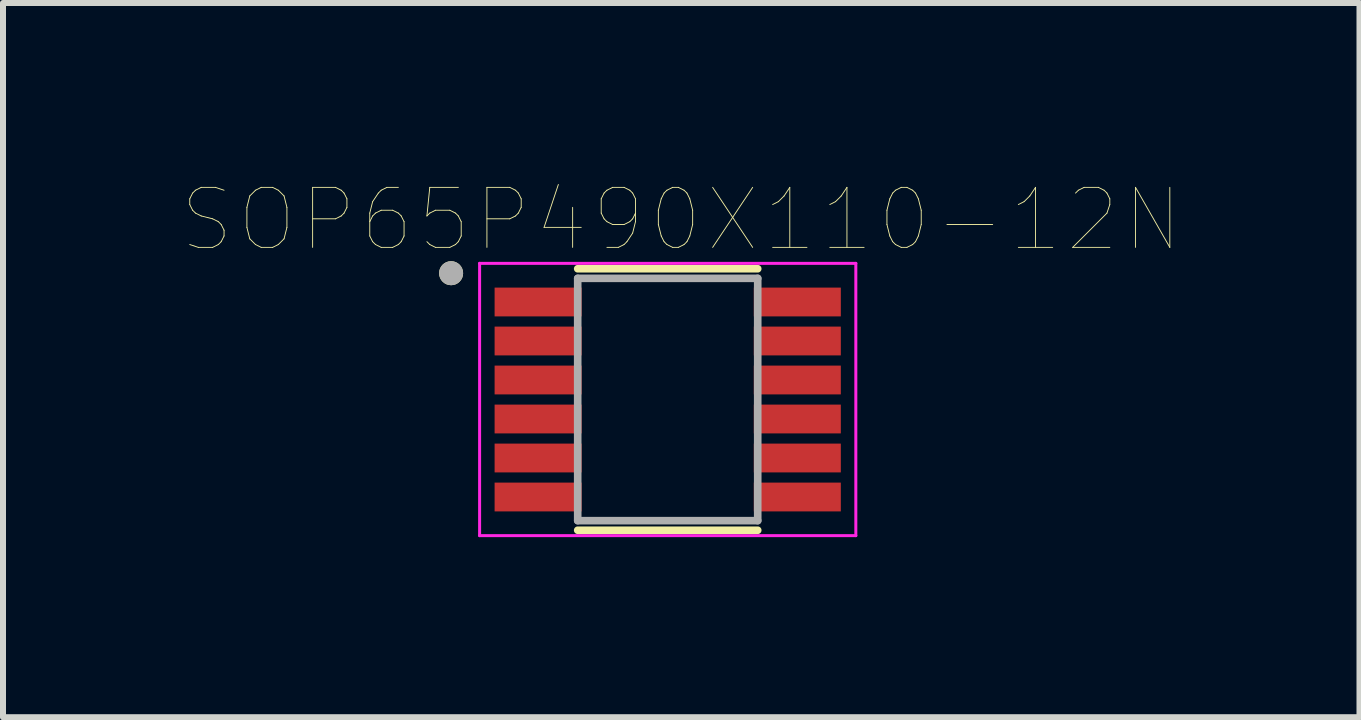
<source format=kicad_pcb>
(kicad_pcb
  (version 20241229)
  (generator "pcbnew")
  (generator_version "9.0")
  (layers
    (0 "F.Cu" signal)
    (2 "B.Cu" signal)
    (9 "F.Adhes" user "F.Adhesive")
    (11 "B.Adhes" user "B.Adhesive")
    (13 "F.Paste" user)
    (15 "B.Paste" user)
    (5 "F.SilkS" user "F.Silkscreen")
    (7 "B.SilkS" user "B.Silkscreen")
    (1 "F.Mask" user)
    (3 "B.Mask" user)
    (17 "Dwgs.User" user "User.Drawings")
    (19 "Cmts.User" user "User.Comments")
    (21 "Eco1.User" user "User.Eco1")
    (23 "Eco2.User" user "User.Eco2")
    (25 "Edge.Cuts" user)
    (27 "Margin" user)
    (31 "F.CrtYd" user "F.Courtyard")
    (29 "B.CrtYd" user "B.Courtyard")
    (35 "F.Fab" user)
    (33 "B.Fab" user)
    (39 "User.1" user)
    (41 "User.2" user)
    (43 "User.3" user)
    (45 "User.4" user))
  (footprint "SOP65P490X110-12N"
    (layer "F.Cu")
    (at 8.078 3.608)
    (property "Reference" "SOP65P490X110-12N" (at 0.225 -2.997 0) (layer "F.SilkS") (effects (font (size 1 1) (thickness 0.015))))
    (attr through_hole)
    (fp_line (start -1.5 -2.179) (end 1.5 -2.179) (stroke (width 0.127) (type solid)) (layer "F.SilkS"))
    (fp_line (start -1.5 2.179) (end 1.5 2.179) (stroke (width 0.127) (type solid)) (layer "F.SilkS"))
    (fp_circle (center -3.61 -2.105) (end -3.51 -2.105) (stroke (width 0.2) (type solid)) (fill no) (layer "F.SilkS"))
    (fp_line (start -3.135 -2.269) (end -3.135 2.269) (stroke (width 0.05) (type solid)) (layer "F.CrtYd"))
    (fp_line (start -3.135 -2.269) (end 3.135 -2.269) (stroke (width 0.05) (type solid)) (layer "F.CrtYd"))
    (fp_line (start -3.135 2.269) (end 3.135 2.269) (stroke (width 0.05) (type solid)) (layer "F.CrtYd"))
    (fp_line (start 3.135 -2.269) (end 3.135 2.269) (stroke (width 0.05) (type solid)) (layer "F.CrtYd"))
    (fp_line (start -1.5 -2.019) (end -1.5 2.019) (stroke (width 0.127) (type solid)) (layer "F.Fab"))
    (fp_line (start -1.5 -2.019) (end 1.5 -2.019) (stroke (width 0.127) (type solid)) (layer "F.Fab"))
    (fp_line (start -1.5 2.019) (end 1.5 2.019) (stroke (width 0.127) (type solid)) (layer "F.Fab"))
    (fp_line (start 1.5 -2.019) (end 1.5 2.019) (stroke (width 0.127) (type solid)) (layer "F.Fab"))
    (fp_circle (center -3.61 -2.105) (end -3.51 -2.105) (stroke (width 0.2) (type solid)) (fill no) (layer "F.Fab"))
    (pad "1" smd rect (at -2.16 -1.625) (size 1.45 0.48) (layers "F.Cu" "F.Mask" "F.Paste"))
    (pad "2" smd rect (at -2.16 -0.975) (size 1.45 0.48) (layers "F.Cu" "F.Mask" "F.Paste"))
    (pad "3" smd rect (at -2.16 -0.325) (size 1.45 0.48) (layers "F.Cu" "F.Mask" "F.Paste"))
    (pad "4" smd rect (at -2.16 0.325) (size 1.45 0.48) (layers "F.Cu" "F.Mask" "F.Paste"))
    (pad "5" smd rect (at -2.16 0.975) (size 1.45 0.48) (layers "F.Cu" "F.Mask" "F.Paste"))
    (pad "6" smd rect (at -2.16 1.625) (size 1.45 0.48) (layers "F.Cu" "F.Mask" "F.Paste"))
    (pad "7" smd rect (at 2.16 1.625) (size 1.45 0.48) (layers "F.Cu" "F.Mask" "F.Paste"))
    (pad "8" smd rect (at 2.16 0.975) (size 1.45 0.48) (layers "F.Cu" "F.Mask" "F.Paste"))
    (pad "9" smd rect (at 2.16 0.325) (size 1.45 0.48) (layers "F.Cu" "F.Mask" "F.Paste"))
    (pad "10" smd rect (at 2.16 -0.325) (size 1.45 0.48) (layers "F.Cu" "F.Mask" "F.Paste"))
    (pad "11" smd rect (at 2.16 -0.975) (size 1.45 0.48) (layers "F.Cu" "F.Mask" "F.Paste"))
    (pad "12" smd rect (at 2.16 -1.625) (size 1.45 0.48) (layers "F.Cu" "F.Mask" "F.Paste")))
  (gr_rect
    (start -3 -3)
    (end 19.607 8.903)
    (stroke (width 0.1) (type default))
    (fill no)
    (layer "Edge.Cuts")))
</source>
